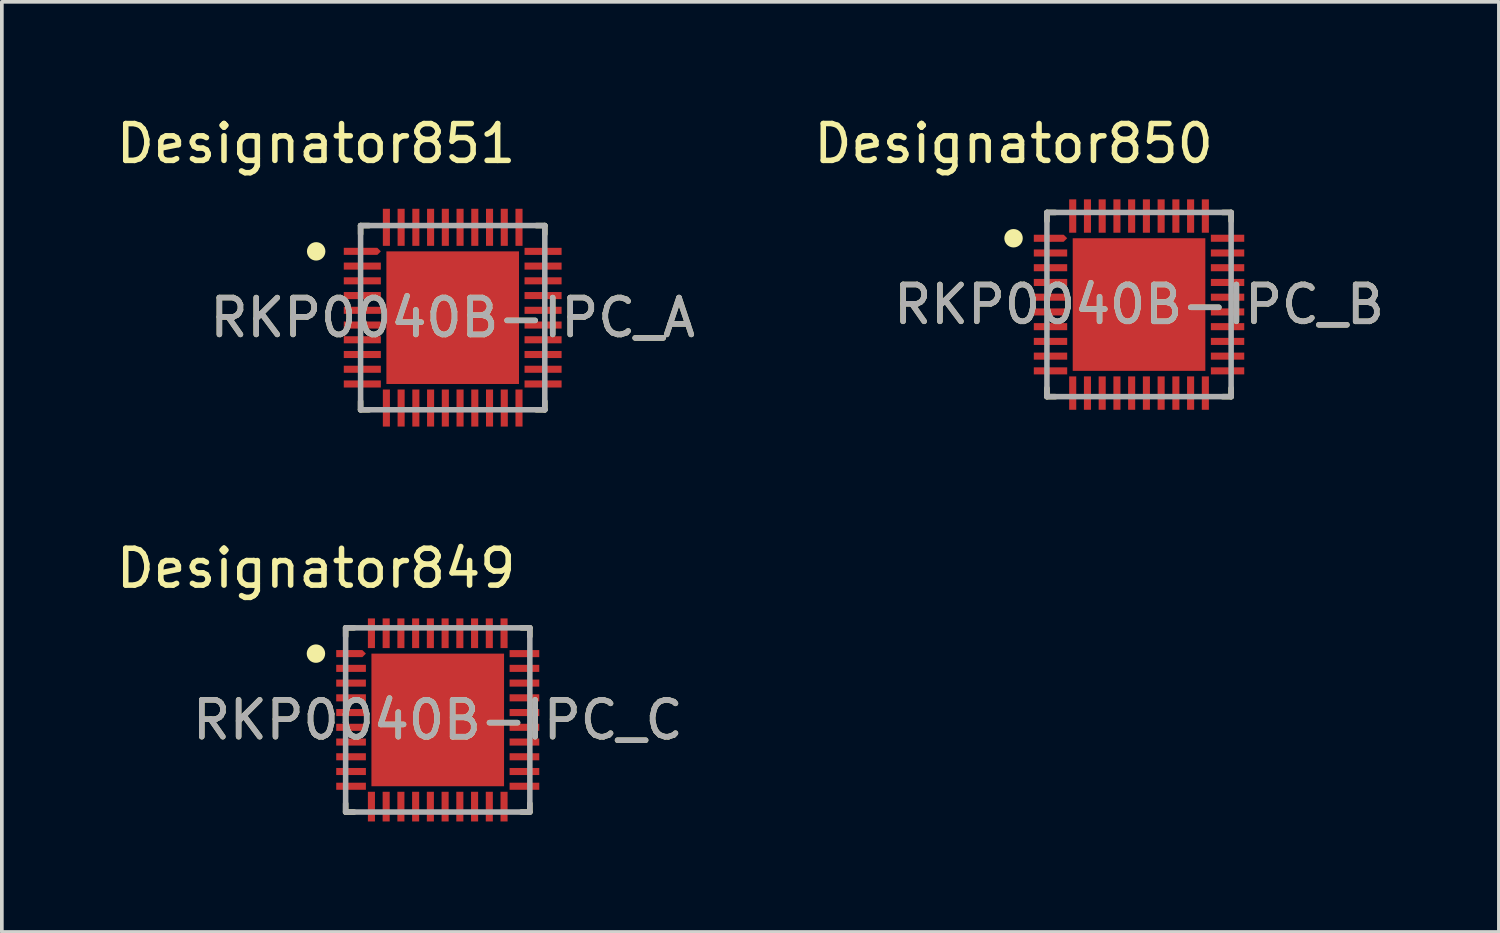
<source format=kicad_pcb>
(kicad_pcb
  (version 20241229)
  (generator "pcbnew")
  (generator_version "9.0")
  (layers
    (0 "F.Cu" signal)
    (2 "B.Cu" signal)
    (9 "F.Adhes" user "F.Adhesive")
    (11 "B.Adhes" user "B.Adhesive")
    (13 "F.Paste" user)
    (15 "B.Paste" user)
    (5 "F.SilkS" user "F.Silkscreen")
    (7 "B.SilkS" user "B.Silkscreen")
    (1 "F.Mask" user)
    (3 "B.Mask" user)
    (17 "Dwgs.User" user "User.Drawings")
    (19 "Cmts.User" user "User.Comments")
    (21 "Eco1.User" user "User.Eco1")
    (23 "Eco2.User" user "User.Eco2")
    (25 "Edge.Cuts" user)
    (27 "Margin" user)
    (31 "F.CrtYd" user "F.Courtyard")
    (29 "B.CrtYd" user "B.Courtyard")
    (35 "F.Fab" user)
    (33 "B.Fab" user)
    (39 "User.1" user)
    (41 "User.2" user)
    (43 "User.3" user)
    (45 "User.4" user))
  (footprint "RKP0040B-IPC_B"
    (layer "F.Cu")
    (at 27.868 5.217)
    (property "Reference" "RKP0040B-IPC_B" (at 0 0 0) (unlocked yes) (layer "F.SilkS") (effects (font (size 1 1) (thickness 0.15))))
    (attr smd)
    (fp_poly (pts (xy -2.856 -1.896) (xy -2.046 -1.896) (xy -1.95 -1.8) (xy -2.046 -1.704) (xy -2.856 -1.704)) (stroke (width 0) (type solid)) (fill yes) (layer "F.Cu"))
    (fp_poly (pts (xy -2.856 -1.896) (xy -2.046 -1.896) (xy -1.95 -1.8) (xy -2.046 -1.704) (xy -2.856 -1.704)) (stroke (width 0) (type solid)) (fill yes) (layer "F.Mask"))
    (fp_line (start -2.5 -2.5) (end -2.271 -2.5) (stroke (width 0.15) (type solid)) (layer "F.SilkS"))
    (fp_line (start -2.5 -2.271) (end -2.5 -2.5) (stroke (width 0.15) (type solid)) (layer "F.SilkS"))
    (fp_line (start -2.5 2.5) (end -2.5 2.271) (stroke (width 0.15) (type solid)) (layer "F.SilkS"))
    (fp_line (start -2.5 2.5) (end -2.271 2.5) (stroke (width 0.15) (type solid)) (layer "F.SilkS"))
    (fp_line (start 2.271 -2.5) (end 2.5 -2.5) (stroke (width 0.15) (type solid)) (layer "F.SilkS"))
    (fp_line (start 2.271 2.5) (end 2.5 2.5) (stroke (width 0.15) (type solid)) (layer "F.SilkS"))
    (fp_line (start 2.5 -2.271) (end 2.5 -2.5) (stroke (width 0.15) (type solid)) (layer "F.SilkS"))
    (fp_line (start 2.5 2.5) (end 2.5 2.271) (stroke (width 0.15) (type solid)) (layer "F.SilkS"))
    (fp_circle (center -3.406 -1.8) (end -3.281 -1.8) (stroke (width 0.25) (type solid)) (fill no) (layer "F.SilkS"))
    (fp_poly (pts (xy -1.138 1.138) (xy 1.138 1.138) (xy 1.138 -1.138) (xy -1.138 -1.138)) (stroke (width 0) (type solid)) (fill yes) (layer "F.Paste"))
    (fp_poly (pts (xy -2.856 -1.896) (xy -2.046 -1.896) (xy -1.95 -1.8) (xy -2.046 -1.704) (xy -2.856 -1.704)) (stroke (width 0) (type solid)) (fill yes) (layer "F.Paste"))
    (fp_line (start -2.5 -2.5) (end 2.5 -2.5) (stroke (width 0.15) (type solid)) (layer "F.Fab"))
    (fp_line (start -2.5 2.5) (end -2.5 -2.5) (stroke (width 0.15) (type solid)) (layer "F.Fab"))
    (fp_line (start -2.5 2.5) (end 2.5 2.5) (stroke (width 0.15) (type solid)) (layer "F.Fab"))
    (fp_line (start 2.5 2.5) (end 2.5 -2.5) (stroke (width 0.15) (type solid)) (layer "F.Fab"))
    (fp_text user "Designator850" (at -3.404 -4.369 0) (unlocked yes) (layer "F.SilkS") (effects (font (size 1 1) (thickness 0.15))))
    (fp_text user "${REFERENCE}" (at 0 0 0) (unlocked yes) (layer "F.Fab") (effects (font (size 1 1) (thickness 0.15))))
    (pad "1" smd circle (at -2.403 -1.8) (size 0.173 0.173) (layers "F.Cu" "F.Mask" "F.Paste"))
    (pad "2" smd rect (at -2.403 -1.4 90) (size 0.192 0.906) (layers "F.Cu" "F.Mask" "F.Paste"))
    (pad "3" smd rect (at -2.403 -1 90) (size 0.192 0.906) (layers "F.Cu" "F.Mask" "F.Paste"))
    (pad "4" smd rect (at -2.403 -0.6 90) (size 0.192 0.906) (layers "F.Cu" "F.Mask" "F.Paste"))
    (pad "5" smd rect (at -2.403 -0.2 90) (size 0.192 0.906) (layers "F.Cu" "F.Mask" "F.Paste"))
    (pad "6" smd rect (at -2.403 0.2 90) (size 0.192 0.906) (layers "F.Cu" "F.Mask" "F.Paste"))
    (pad "7" smd rect (at -2.403 0.6 90) (size 0.192 0.906) (layers "F.Cu" "F.Mask" "F.Paste"))
    (pad "8" smd rect (at -2.403 1 90) (size 0.192 0.906) (layers "F.Cu" "F.Mask" "F.Paste"))
    (pad "9" smd rect (at -2.403 1.4 90) (size 0.192 0.906) (layers "F.Cu" "F.Mask" "F.Paste"))
    (pad "10" smd rect (at -2.403 1.8 90) (size 0.192 0.906) (layers "F.Cu" "F.Mask" "F.Paste"))
    (pad "11" smd rect (at -1.8 2.403) (size 0.192 0.906) (layers "F.Cu" "F.Mask" "F.Paste"))
    (pad "12" smd rect (at -1.4 2.403) (size 0.192 0.906) (layers "F.Cu" "F.Mask" "F.Paste"))
    (pad "13" smd rect (at -1 2.403) (size 0.192 0.906) (layers "F.Cu" "F.Mask" "F.Paste"))
    (pad "14" smd rect (at -0.6 2.403) (size 0.192 0.906) (layers "F.Cu" "F.Mask" "F.Paste"))
    (pad "15" smd rect (at -0.2 2.403) (size 0.192 0.906) (layers "F.Cu" "F.Mask" "F.Paste"))
    (pad "16" smd rect (at 0.2 2.403) (size 0.192 0.906) (layers "F.Cu" "F.Mask" "F.Paste"))
    (pad "17" smd rect (at 0.6 2.403) (size 0.192 0.906) (layers "F.Cu" "F.Mask" "F.Paste"))
    (pad "18" smd rect (at 1 2.403) (size 0.192 0.906) (layers "F.Cu" "F.Mask" "F.Paste"))
    (pad "19" smd rect (at 1.4 2.403) (size 0.192 0.906) (layers "F.Cu" "F.Mask" "F.Paste"))
    (pad "20" smd rect (at 1.8 2.403) (size 0.192 0.906) (layers "F.Cu" "F.Mask" "F.Paste"))
    (pad "21" smd rect (at 2.403 1.8 90) (size 0.192 0.906) (layers "F.Cu" "F.Mask" "F.Paste"))
    (pad "22" smd rect (at 2.403 1.4 90) (size 0.192 0.906) (layers "F.Cu" "F.Mask" "F.Paste"))
    (pad "23" smd rect (at 2.403 1 90) (size 0.192 0.906) (layers "F.Cu" "F.Mask" "F.Paste"))
    (pad "24" smd rect (at 2.403 0.6 90) (size 0.192 0.906) (layers "F.Cu" "F.Mask" "F.Paste"))
    (pad "25" smd rect (at 2.403 0.2 90) (size 0.192 0.906) (layers "F.Cu" "F.Mask" "F.Paste"))
    (pad "26" smd rect (at 2.403 -0.2 90) (size 0.192 0.906) (layers "F.Cu" "F.Mask" "F.Paste"))
    (pad "27" smd rect (at 2.403 -0.6 90) (size 0.192 0.906) (layers "F.Cu" "F.Mask" "F.Paste"))
    (pad "28" smd rect (at 2.403 -1 90) (size 0.192 0.906) (layers "F.Cu" "F.Mask" "F.Paste"))
    (pad "29" smd rect (at 2.403 -1.4 90) (size 0.192 0.906) (layers "F.Cu" "F.Mask" "F.Paste"))
    (pad "30" smd rect (at 2.403 -1.8 90) (size 0.192 0.906) (layers "F.Cu" "F.Mask" "F.Paste"))
    (pad "31" smd rect (at 1.8 -2.403) (size 0.192 0.906) (layers "F.Cu" "F.Mask" "F.Paste"))
    (pad "32" smd rect (at 1.4 -2.403) (size 0.192 0.906) (layers "F.Cu" "F.Mask" "F.Paste"))
    (pad "33" smd rect (at 1 -2.403) (size 0.192 0.906) (layers "F.Cu" "F.Mask" "F.Paste"))
    (pad "34" smd rect (at 0.6 -2.403) (size 0.192 0.906) (layers "F.Cu" "F.Mask" "F.Paste"))
    (pad "35" smd rect (at 0.2 -2.403) (size 0.192 0.906) (layers "F.Cu" "F.Mask" "F.Paste"))
    (pad "36" smd rect (at -0.2 -2.403) (size 0.192 0.906) (layers "F.Cu" "F.Mask" "F.Paste"))
    (pad "37" smd rect (at -0.6 -2.403) (size 0.192 0.906) (layers "F.Cu" "F.Mask" "F.Paste"))
    (pad "38" smd rect (at -1 -2.403) (size 0.192 0.906) (layers "F.Cu" "F.Mask" "F.Paste"))
    (pad "39" smd rect (at -1.4 -2.403) (size 0.192 0.906) (layers "F.Cu" "F.Mask" "F.Paste"))
    (pad "40" smd rect (at -1.8 -2.403) (size 0.192 0.906) (layers "F.Cu" "F.Mask" "F.Paste"))
    (pad "41" smd rect (at 0 0) (size 3.6 3.6) (layers "F.Cu" "F.Mask")))
  (footprint "RKP0040B-IPC_C"
    (layer "F.Cu")
    (at 8.832 16.492)
    (property "Reference" "RKP0040B-IPC_C" (at 0 0 0) (unlocked yes) (layer "F.SilkS") (effects (font (size 1 1) (thickness 0.15))))
    (attr smd)
    (fp_poly (pts (xy -2.756 -1.896) (xy -2.046 -1.896) (xy -1.95 -1.8) (xy -2.046 -1.704) (xy -2.756 -1.704)) (stroke (width 0) (type solid)) (fill yes) (layer "F.Cu"))
    (fp_poly (pts (xy -2.756 -1.896) (xy -2.046 -1.896) (xy -1.95 -1.8) (xy -2.046 -1.704) (xy -2.756 -1.704)) (stroke (width 0) (type solid)) (fill yes) (layer "F.Mask"))
    (fp_line (start -2.5 -2.5) (end -2.271 -2.5) (stroke (width 0.15) (type solid)) (layer "F.SilkS"))
    (fp_line (start -2.5 -2.271) (end -2.5 -2.5) (stroke (width 0.15) (type solid)) (layer "F.SilkS"))
    (fp_line (start -2.5 2.5) (end -2.5 2.271) (stroke (width 0.15) (type solid)) (layer "F.SilkS"))
    (fp_line (start -2.5 2.5) (end -2.271 2.5) (stroke (width 0.15) (type solid)) (layer "F.SilkS"))
    (fp_line (start 2.271 -2.5) (end 2.5 -2.5) (stroke (width 0.15) (type solid)) (layer "F.SilkS"))
    (fp_line (start 2.271 2.5) (end 2.5 2.5) (stroke (width 0.15) (type solid)) (layer "F.SilkS"))
    (fp_line (start 2.5 -2.271) (end 2.5 -2.5) (stroke (width 0.15) (type solid)) (layer "F.SilkS"))
    (fp_line (start 2.5 2.5) (end 2.5 2.271) (stroke (width 0.15) (type solid)) (layer "F.SilkS"))
    (fp_circle (center -3.306 -1.8) (end -3.181 -1.8) (stroke (width 0.25) (type solid)) (fill no) (layer "F.SilkS"))
    (fp_poly (pts (xy -1.138 1.138) (xy 1.138 1.138) (xy 1.138 -1.138) (xy -1.138 -1.138)) (stroke (width 0) (type solid)) (fill yes) (layer "F.Paste"))
    (fp_poly (pts (xy -2.756 -1.896) (xy -2.046 -1.896) (xy -1.95 -1.8) (xy -2.046 -1.704) (xy -2.756 -1.704)) (stroke (width 0) (type solid)) (fill yes) (layer "F.Paste"))
    (fp_line (start -2.5 -2.5) (end 2.5 -2.5) (stroke (width 0.15) (type solid)) (layer "F.Fab"))
    (fp_line (start -2.5 2.5) (end -2.5 -2.5) (stroke (width 0.15) (type solid)) (layer "F.Fab"))
    (fp_line (start -2.5 2.5) (end 2.5 2.5) (stroke (width 0.15) (type solid)) (layer "F.Fab"))
    (fp_line (start 2.5 2.5) (end 2.5 -2.5) (stroke (width 0.15) (type solid)) (layer "F.Fab"))
    (fp_text user "Designator849" (at -3.302 -4.115 0) (unlocked yes) (layer "F.SilkS") (effects (font (size 1 1) (thickness 0.15))))
    (fp_text user "${REFERENCE}" (at 0 0 0) (unlocked yes) (layer "F.Fab") (effects (font (size 1 1) (thickness 0.15))))
    (pad "1" smd circle (at -2.353 -1.8) (size 0.173 0.173) (layers "F.Cu" "F.Mask" "F.Paste"))
    (pad "2" smd rect (at -2.353 -1.4 90) (size 0.192 0.806) (layers "F.Cu" "F.Mask" "F.Paste"))
    (pad "3" smd rect (at -2.353 -1 90) (size 0.192 0.806) (layers "F.Cu" "F.Mask" "F.Paste"))
    (pad "4" smd rect (at -2.353 -0.6 90) (size 0.192 0.806) (layers "F.Cu" "F.Mask" "F.Paste"))
    (pad "5" smd rect (at -2.353 -0.2 90) (size 0.192 0.806) (layers "F.Cu" "F.Mask" "F.Paste"))
    (pad "6" smd rect (at -2.353 0.2 90) (size 0.192 0.806) (layers "F.Cu" "F.Mask" "F.Paste"))
    (pad "7" smd rect (at -2.353 0.6 90) (size 0.192 0.806) (layers "F.Cu" "F.Mask" "F.Paste"))
    (pad "8" smd rect (at -2.353 1 90) (size 0.192 0.806) (layers "F.Cu" "F.Mask" "F.Paste"))
    (pad "9" smd rect (at -2.353 1.4 90) (size 0.192 0.806) (layers "F.Cu" "F.Mask" "F.Paste"))
    (pad "10" smd rect (at -2.353 1.8 90) (size 0.192 0.806) (layers "F.Cu" "F.Mask" "F.Paste"))
    (pad "11" smd rect (at -1.8 2.353) (size 0.192 0.806) (layers "F.Cu" "F.Mask" "F.Paste"))
    (pad "12" smd rect (at -1.4 2.353) (size 0.192 0.806) (layers "F.Cu" "F.Mask" "F.Paste"))
    (pad "13" smd rect (at -1 2.353) (size 0.192 0.806) (layers "F.Cu" "F.Mask" "F.Paste"))
    (pad "14" smd rect (at -0.6 2.353) (size 0.192 0.806) (layers "F.Cu" "F.Mask" "F.Paste"))
    (pad "15" smd rect (at -0.2 2.353) (size 0.192 0.806) (layers "F.Cu" "F.Mask" "F.Paste"))
    (pad "16" smd rect (at 0.2 2.353) (size 0.192 0.806) (layers "F.Cu" "F.Mask" "F.Paste"))
    (pad "17" smd rect (at 0.6 2.353) (size 0.192 0.806) (layers "F.Cu" "F.Mask" "F.Paste"))
    (pad "18" smd rect (at 1 2.353) (size 0.192 0.806) (layers "F.Cu" "F.Mask" "F.Paste"))
    (pad "19" smd rect (at 1.4 2.353) (size 0.192 0.806) (layers "F.Cu" "F.Mask" "F.Paste"))
    (pad "20" smd rect (at 1.8 2.353) (size 0.192 0.806) (layers "F.Cu" "F.Mask" "F.Paste"))
    (pad "21" smd rect (at 2.353 1.8 90) (size 0.192 0.806) (layers "F.Cu" "F.Mask" "F.Paste"))
    (pad "22" smd rect (at 2.353 1.4 90) (size 0.192 0.806) (layers "F.Cu" "F.Mask" "F.Paste"))
    (pad "23" smd rect (at 2.353 1 90) (size 0.192 0.806) (layers "F.Cu" "F.Mask" "F.Paste"))
    (pad "24" smd rect (at 2.353 0.6 90) (size 0.192 0.806) (layers "F.Cu" "F.Mask" "F.Paste"))
    (pad "25" smd rect (at 2.353 0.2 90) (size 0.192 0.806) (layers "F.Cu" "F.Mask" "F.Paste"))
    (pad "26" smd rect (at 2.353 -0.2 90) (size 0.192 0.806) (layers "F.Cu" "F.Mask" "F.Paste"))
    (pad "27" smd rect (at 2.353 -0.6 90) (size 0.192 0.806) (layers "F.Cu" "F.Mask" "F.Paste"))
    (pad "28" smd rect (at 2.353 -1 90) (size 0.192 0.806) (layers "F.Cu" "F.Mask" "F.Paste"))
    (pad "29" smd rect (at 2.353 -1.4 90) (size 0.192 0.806) (layers "F.Cu" "F.Mask" "F.Paste"))
    (pad "30" smd rect (at 2.353 -1.8 90) (size 0.192 0.806) (layers "F.Cu" "F.Mask" "F.Paste"))
    (pad "31" smd rect (at 1.8 -2.353) (size 0.192 0.806) (layers "F.Cu" "F.Mask" "F.Paste"))
    (pad "32" smd rect (at 1.4 -2.353) (size 0.192 0.806) (layers "F.Cu" "F.Mask" "F.Paste"))
    (pad "33" smd rect (at 1 -2.353) (size 0.192 0.806) (layers "F.Cu" "F.Mask" "F.Paste"))
    (pad "34" smd rect (at 0.6 -2.353) (size 0.192 0.806) (layers "F.Cu" "F.Mask" "F.Paste"))
    (pad "35" smd rect (at 0.2 -2.353) (size 0.192 0.806) (layers "F.Cu" "F.Mask" "F.Paste"))
    (pad "36" smd rect (at -0.2 -2.353) (size 0.192 0.806) (layers "F.Cu" "F.Mask" "F.Paste"))
    (pad "37" smd rect (at -0.6 -2.353) (size 0.192 0.806) (layers "F.Cu" "F.Mask" "F.Paste"))
    (pad "38" smd rect (at -1 -2.353) (size 0.192 0.806) (layers "F.Cu" "F.Mask" "F.Paste"))
    (pad "39" smd rect (at -1.4 -2.353) (size 0.192 0.806) (layers "F.Cu" "F.Mask" "F.Paste"))
    (pad "40" smd rect (at -1.8 -2.353) (size 0.192 0.806) (layers "F.Cu" "F.Mask" "F.Paste"))
    (pad "41" smd rect (at 0 0) (size 3.6 3.6) (layers "F.Cu" "F.Mask")))
  (footprint "RKP0040B-IPC_A"
    (layer "F.Cu")
    (at 9.238 5.573)
    (property "Reference" "RKP0040B-IPC_A" (at 0 0 0) (unlocked yes) (layer "F.SilkS") (effects (font (size 1 1) (thickness 0.15))))
    (attr smd)
    (fp_poly (pts (xy -2.956 -1.896) (xy -2.046 -1.896) (xy -1.95 -1.8) (xy -2.046 -1.704) (xy -2.956 -1.704)) (stroke (width 0) (type solid)) (fill yes) (layer "F.Cu"))
    (fp_poly (pts (xy -2.956 -1.896) (xy -2.046 -1.896) (xy -1.95 -1.8) (xy -2.046 -1.704) (xy -2.956 -1.704)) (stroke (width 0) (type solid)) (fill yes) (layer "F.Mask"))
    (fp_line (start -2.5 -2.5) (end -2.271 -2.5) (stroke (width 0.15) (type solid)) (layer "F.SilkS"))
    (fp_line (start -2.5 -2.271) (end -2.5 -2.5) (stroke (width 0.15) (type solid)) (layer "F.SilkS"))
    (fp_line (start -2.5 2.5) (end -2.5 2.271) (stroke (width 0.15) (type solid)) (layer "F.SilkS"))
    (fp_line (start -2.5 2.5) (end -2.271 2.5) (stroke (width 0.15) (type solid)) (layer "F.SilkS"))
    (fp_line (start 2.271 -2.5) (end 2.5 -2.5) (stroke (width 0.15) (type solid)) (layer "F.SilkS"))
    (fp_line (start 2.271 2.5) (end 2.5 2.5) (stroke (width 0.15) (type solid)) (layer "F.SilkS"))
    (fp_line (start 2.5 -2.271) (end 2.5 -2.5) (stroke (width 0.15) (type solid)) (layer "F.SilkS"))
    (fp_line (start 2.5 2.5) (end 2.5 2.271) (stroke (width 0.15) (type solid)) (layer "F.SilkS"))
    (fp_circle (center -3.706 -1.8) (end -3.581 -1.8) (stroke (width 0.25) (type solid)) (fill no) (layer "F.SilkS"))
    (fp_poly (pts (xy -1.138 1.138) (xy 1.138 1.138) (xy 1.138 -1.138) (xy -1.138 -1.138)) (stroke (width 0) (type solid)) (fill yes) (layer "F.Paste"))
    (fp_poly (pts (xy -2.956 -1.896) (xy -2.046 -1.896) (xy -1.95 -1.8) (xy -2.046 -1.704) (xy -2.956 -1.704)) (stroke (width 0) (type solid)) (fill yes) (layer "F.Paste"))
    (fp_line (start -2.5 -2.5) (end 2.5 -2.5) (stroke (width 0.15) (type solid)) (layer "F.Fab"))
    (fp_line (start -2.5 2.5) (end -2.5 -2.5) (stroke (width 0.15) (type solid)) (layer "F.Fab"))
    (fp_line (start -2.5 2.5) (end 2.5 2.5) (stroke (width 0.15) (type solid)) (layer "F.Fab"))
    (fp_line (start 2.5 2.5) (end 2.5 -2.5) (stroke (width 0.15) (type solid)) (layer "F.Fab"))
    (fp_text user "Designator851" (at -3.708 -4.724 0) (unlocked yes) (layer "F.SilkS") (effects (font (size 1 1) (thickness 0.15))))
    (fp_text user "${REFERENCE}" (at 0 0 0) (unlocked yes) (layer "F.Fab") (effects (font (size 1 1) (thickness 0.15))))
    (pad "1" smd circle (at -2.453 -1.8) (size 0.173 0.173) (layers "F.Cu" "F.Mask" "F.Paste"))
    (pad "2" smd rect (at -2.453 -1.4 90) (size 0.192 1.006) (layers "F.Cu" "F.Mask" "F.Paste"))
    (pad "3" smd rect (at -2.453 -1 90) (size 0.192 1.006) (layers "F.Cu" "F.Mask" "F.Paste"))
    (pad "4" smd rect (at -2.453 -0.6 90) (size 0.192 1.006) (layers "F.Cu" "F.Mask" "F.Paste"))
    (pad "5" smd rect (at -2.453 -0.2 90) (size 0.192 1.006) (layers "F.Cu" "F.Mask" "F.Paste"))
    (pad "6" smd rect (at -2.453 0.2 90) (size 0.192 1.006) (layers "F.Cu" "F.Mask" "F.Paste"))
    (pad "7" smd rect (at -2.453 0.6 90) (size 0.192 1.006) (layers "F.Cu" "F.Mask" "F.Paste"))
    (pad "8" smd rect (at -2.453 1 90) (size 0.192 1.006) (layers "F.Cu" "F.Mask" "F.Paste"))
    (pad "9" smd rect (at -2.453 1.4 90) (size 0.192 1.006) (layers "F.Cu" "F.Mask" "F.Paste"))
    (pad "10" smd rect (at -2.453 1.8 90) (size 0.192 1.006) (layers "F.Cu" "F.Mask" "F.Paste"))
    (pad "11" smd rect (at -1.8 2.453) (size 0.192 1.006) (layers "F.Cu" "F.Mask" "F.Paste"))
    (pad "12" smd rect (at -1.4 2.453) (size 0.192 1.006) (layers "F.Cu" "F.Mask" "F.Paste"))
    (pad "13" smd rect (at -1 2.453) (size 0.192 1.006) (layers "F.Cu" "F.Mask" "F.Paste"))
    (pad "14" smd rect (at -0.6 2.453) (size 0.192 1.006) (layers "F.Cu" "F.Mask" "F.Paste"))
    (pad "15" smd rect (at -0.2 2.453) (size 0.192 1.006) (layers "F.Cu" "F.Mask" "F.Paste"))
    (pad "16" smd rect (at 0.2 2.453) (size 0.192 1.006) (layers "F.Cu" "F.Mask" "F.Paste"))
    (pad "17" smd rect (at 0.6 2.453) (size 0.192 1.006) (layers "F.Cu" "F.Mask" "F.Paste"))
    (pad "18" smd rect (at 1 2.453) (size 0.192 1.006) (layers "F.Cu" "F.Mask" "F.Paste"))
    (pad "19" smd rect (at 1.4 2.453) (size 0.192 1.006) (layers "F.Cu" "F.Mask" "F.Paste"))
    (pad "20" smd rect (at 1.8 2.453) (size 0.192 1.006) (layers "F.Cu" "F.Mask" "F.Paste"))
    (pad "21" smd rect (at 2.453 1.8 90) (size 0.192 1.006) (layers "F.Cu" "F.Mask" "F.Paste"))
    (pad "22" smd rect (at 2.453 1.4 90) (size 0.192 1.006) (layers "F.Cu" "F.Mask" "F.Paste"))
    (pad "23" smd rect (at 2.453 1 90) (size 0.192 1.006) (layers "F.Cu" "F.Mask" "F.Paste"))
    (pad "24" smd rect (at 2.453 0.6 90) (size 0.192 1.006) (layers "F.Cu" "F.Mask" "F.Paste"))
    (pad "25" smd rect (at 2.453 0.2 90) (size 0.192 1.006) (layers "F.Cu" "F.Mask" "F.Paste"))
    (pad "26" smd rect (at 2.453 -0.2 90) (size 0.192 1.006) (layers "F.Cu" "F.Mask" "F.Paste"))
    (pad "27" smd rect (at 2.453 -0.6 90) (size 0.192 1.006) (layers "F.Cu" "F.Mask" "F.Paste"))
    (pad "28" smd rect (at 2.453 -1 90) (size 0.192 1.006) (layers "F.Cu" "F.Mask" "F.Paste"))
    (pad "29" smd rect (at 2.453 -1.4 90) (size 0.192 1.006) (layers "F.Cu" "F.Mask" "F.Paste"))
    (pad "30" smd rect (at 2.453 -1.8 90) (size 0.192 1.006) (layers "F.Cu" "F.Mask" "F.Paste"))
    (pad "31" smd rect (at 1.8 -2.453) (size 0.192 1.006) (layers "F.Cu" "F.Mask" "F.Paste"))
    (pad "32" smd rect (at 1.4 -2.453) (size 0.192 1.006) (layers "F.Cu" "F.Mask" "F.Paste"))
    (pad "33" smd rect (at 1 -2.453) (size 0.192 1.006) (layers "F.Cu" "F.Mask" "F.Paste"))
    (pad "34" smd rect (at 0.6 -2.453) (size 0.192 1.006) (layers "F.Cu" "F.Mask" "F.Paste"))
    (pad "35" smd rect (at 0.2 -2.453) (size 0.192 1.006) (layers "F.Cu" "F.Mask" "F.Paste"))
    (pad "36" smd rect (at -0.2 -2.453) (size 0.192 1.006) (layers "F.Cu" "F.Mask" "F.Paste"))
    (pad "37" smd rect (at -0.6 -2.453) (size 0.192 1.006) (layers "F.Cu" "F.Mask" "F.Paste"))
    (pad "38" smd rect (at -1 -2.453) (size 0.192 1.006) (layers "F.Cu" "F.Mask" "F.Paste"))
    (pad "39" smd rect (at -1.4 -2.453) (size 0.192 1.006) (layers "F.Cu" "F.Mask" "F.Paste"))
    (pad "40" smd rect (at -1.8 -2.453) (size 0.192 1.006) (layers "F.Cu" "F.Mask" "F.Paste"))
    (pad "41" smd rect (at 0 0) (size 3.6 3.6) (layers "F.Cu" "F.Mask")))
  (gr_rect
    (start -3 -3)
    (end 37.636 22.248)
    (stroke (width 0.1) (type default))
    (fill no)
    (layer "Edge.Cuts")))
</source>
